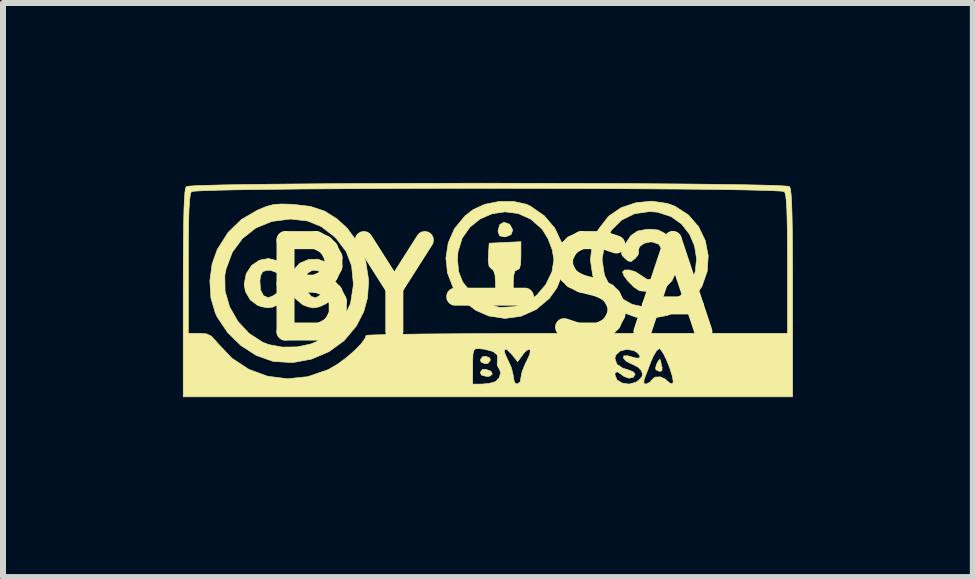
<source format=kicad_pcb>
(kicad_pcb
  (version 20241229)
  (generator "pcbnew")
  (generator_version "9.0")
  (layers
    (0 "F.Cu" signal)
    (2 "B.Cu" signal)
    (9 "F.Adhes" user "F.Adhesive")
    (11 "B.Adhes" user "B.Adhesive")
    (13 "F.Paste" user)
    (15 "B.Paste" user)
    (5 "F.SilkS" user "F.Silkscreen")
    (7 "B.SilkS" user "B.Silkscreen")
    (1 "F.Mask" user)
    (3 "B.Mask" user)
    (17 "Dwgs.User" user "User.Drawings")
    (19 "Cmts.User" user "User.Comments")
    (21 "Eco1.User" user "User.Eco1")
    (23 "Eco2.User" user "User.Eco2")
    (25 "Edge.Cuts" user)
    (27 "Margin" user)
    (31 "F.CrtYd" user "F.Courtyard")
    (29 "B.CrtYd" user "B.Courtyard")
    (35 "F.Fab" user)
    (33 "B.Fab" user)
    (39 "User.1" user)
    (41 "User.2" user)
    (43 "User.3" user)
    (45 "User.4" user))
  (footprint "BY-SA"
    (layer "F.Cu")
    (at 5.085 1.788)
    (property "Reference" "BY-SA" (at 0 0 0) (layer "F.SilkS") (effects (font (size 1.524 1.524) (thickness 0.3))))
    (attr through_hole)
    (fp_poly (pts (xy 0.027 1.127) (xy 0.042 1.164) (xy 0.007 1.216) (xy -0.042 1.228) (xy -0.111 1.201) (xy -0.127 1.164) (xy -0.092 1.112) (xy -0.042 1.101) (xy 0.027 1.127)) (stroke (width 0.01) (type solid)) (fill yes) (layer "F.SilkS"))
    (fp_poly (pts (xy 0.05 1.352) (xy 0.074 1.397) (xy 0.033 1.433) (xy -0.018 1.439) (xy -0.106 1.417) (xy -0.127 1.373) (xy -0.095 1.322) (xy -0.035 1.32) (xy 0.05 1.352)) (stroke (width 0.01) (type solid)) (fill yes) (layer "F.SilkS"))
    (fp_poly (pts (xy 2.878 1.171) (xy 2.893 1.253) (xy 2.904 1.288) (xy 2.9 1.344) (xy 2.862 1.355) (xy 2.803 1.328) (xy 2.795 1.302) (xy 2.809 1.241) (xy 2.839 1.183) (xy 2.867 1.153) (xy 2.878 1.171)) (stroke (width 0.01) (type solid)) (fill yes) (layer "F.SilkS"))
    (fp_poly (pts (xy 0.354 -1.102) (xy 0.369 -1.089) (xy 0.414 -1.002) (xy 0.386 -0.927) (xy 0.297 -0.89) (xy 0.276 -0.889) (xy 0.195 -0.906) (xy 0.17 -0.973) (xy 0.169 -0.996) (xy 0.198 -1.094) (xy 0.268 -1.133) (xy 0.354 -1.102)) (stroke (width 0.01) (type solid)) (fill yes) (layer "F.SilkS"))
    (fp_poly (pts (xy 0.55 -0.574) (xy 0.545 -0.432) (xy 0.525 -0.359) (xy 0.487 -0.339) (xy 0.487 -0.339) (xy 0.449 -0.318) (xy 0.429 -0.244) (xy 0.423 -0.106) (xy 0.423 0.127) (xy 0.127 0.127) (xy 0.127 -0.101) (xy 0.119 -0.25) (xy 0.092 -0.33) (xy 0.061 -0.355) (xy 0.02 -0.396) (xy 0.005 -0.487) (xy 0.008 -0.582) (xy 0.021 -0.783) (xy 0.286 -0.796) (xy 0.55 -0.808) (xy 0.55 -0.574)) (stroke (width 0.01) (type solid)) (fill yes) (layer "F.SilkS"))
    (fp_poly (pts (xy -3.504 -0.489) (xy -3.416 -0.429) (xy -3.363 -0.375) (xy -3.377 -0.337) (xy -3.412 -0.309) (xy -3.493 -0.279) (xy -3.54 -0.3) (xy -3.622 -0.331) (xy -3.691 -0.331) (xy -3.759 -0.305) (xy -3.792 -0.237) (xy -3.802 -0.156) (xy -3.792 -0.006) (xy -3.743 0.091) (xy -3.664 0.126) (xy -3.57 0.089) (xy -3.541 0.064) (xy -3.471 0.029) (xy -3.393 0.03) (xy -3.347 0.065) (xy -3.345 0.079) (xy -3.383 0.158) (xy -3.475 0.233) (xy -3.591 0.283) (xy -3.67 0.294) (xy -3.772 0.276) (xy -3.837 0.254) (xy -3.96 0.164) (xy -4.042 0.025) (xy -4.064 -0.096) (xy -4.03 -0.274) (xy -3.94 -0.412) (xy -3.811 -0.499) (xy -3.66 -0.528) (xy -3.504 -0.489)) (stroke (width 0.01) (type solid)) (fill yes) (layer "F.SilkS"))
    (fp_poly (pts (xy -2.693 -0.464) (xy -2.66 -0.438) (xy -2.604 -0.379) (xy -2.612 -0.341) (xy -2.65 -0.309) (xy -2.731 -0.279) (xy -2.778 -0.3) (xy -2.86 -0.331) (xy -2.929 -0.331) (xy -3.006 -0.285) (xy -3.043 -0.193) (xy -3.043 -0.079) (xy -3.009 0.029) (xy -2.944 0.105) (xy -2.874 0.127) (xy -2.822 0.1) (xy -2.779 0.064) (xy -2.7 0.025) (xy -2.623 0.039) (xy -2.583 0.098) (xy -2.582 0.109) (xy -2.618 0.167) (xy -2.706 0.229) (xy -2.814 0.278) (xy -2.908 0.296) (xy -3.003 0.276) (xy -3.09 0.242) (xy -3.218 0.134) (xy -3.286 -0.018) (xy -3.288 -0.193) (xy -3.239 -0.338) (xy -3.138 -0.449) (xy -2.995 -0.51) (xy -2.837 -0.517) (xy -2.693 -0.464)) (stroke (width 0.01) (type solid)) (fill yes) (layer "F.SilkS"))
    (fp_poly (pts (xy 2.84 -1.003) (xy 2.943 -0.951) (xy 3.031 -0.872) (xy 3.123 -0.766) (xy 3.165 -0.664) (xy 3.175 -0.529) (xy 3.147 -0.325) (xy 3.068 -0.156) (xy 2.964 -0.052) (xy 2.835 -0.002) (xy 2.681 0.022) (xy 2.544 0.012) (xy 2.514 0.002) (xy 2.433 -0.053) (xy 2.344 -0.141) (xy 2.272 -0.233) (xy 2.244 -0.302) (xy 2.277 -0.336) (xy 2.356 -0.337) (xy 2.452 -0.31) (xy 2.534 -0.26) (xy 2.54 -0.254) (xy 2.656 -0.179) (xy 2.763 -0.181) (xy 2.851 -0.251) (xy 2.907 -0.381) (xy 2.921 -0.513) (xy 2.905 -0.673) (xy 2.85 -0.766) (xy 2.747 -0.802) (xy 2.706 -0.804) (xy 2.605 -0.782) (xy 2.53 -0.728) (xy 2.506 -0.663) (xy 2.514 -0.643) (xy 2.504 -0.589) (xy 2.454 -0.528) (xy 2.388 -0.478) (xy 2.337 -0.486) (xy 2.288 -0.528) (xy 2.238 -0.578) (xy 2.227 -0.625) (xy 2.254 -0.699) (xy 2.288 -0.766) (xy 2.381 -0.908) (xy 2.495 -0.986) (xy 2.655 -1.015) (xy 2.711 -1.016) (xy 2.84 -1.003)) (stroke (width 0.01) (type solid)) (fill yes) (layer "F.SilkS"))
    (fp_poly (pts (xy 2.991 -1.446) (xy 3.114 -1.402) (xy 3.341 -1.256) (xy 3.512 -1.059) (xy 3.624 -0.826) (xy 3.673 -0.573) (xy 3.656 -0.314) (xy 3.569 -0.064) (xy 3.443 0.124) (xy 3.238 0.304) (xy 2.994 0.42) (xy 2.729 0.47) (xy 2.463 0.449) (xy 2.24 0.367) (xy 2.014 0.204) (xy 1.849 -0.005) (xy 1.747 -0.245) (xy 1.71 -0.497) (xy 1.905 -0.497) (xy 1.943 -0.251) (xy 2.047 -0.041) (xy 2.204 0.124) (xy 2.402 0.236) (xy 2.626 0.287) (xy 2.864 0.269) (xy 3.036 0.207) (xy 3.239 0.069) (xy 3.378 -0.107) (xy 3.457 -0.309) (xy 3.479 -0.523) (xy 3.446 -0.735) (xy 3.362 -0.932) (xy 3.23 -1.101) (xy 3.052 -1.228) (xy 2.831 -1.3) (xy 2.697 -1.311) (xy 2.444 -1.275) (xy 2.228 -1.168) (xy 2.06 -1.001) (xy 1.95 -0.784) (xy 1.905 -0.526) (xy 1.905 -0.497) (xy 1.71 -0.497) (xy 1.709 -0.502) (xy 1.739 -0.761) (xy 1.838 -1.008) (xy 2.008 -1.227) (xy 2.018 -1.236) (xy 2.221 -1.375) (xy 2.467 -1.458) (xy 2.732 -1.484) (xy 2.991 -1.446)) (stroke (width 0.01) (type solid)) (fill yes) (layer "F.SilkS"))
    (fp_poly (pts (xy 0.642 -1.432) (xy 0.702 -1.405) (xy 0.939 -1.241) (xy 1.115 -1.034) (xy 1.227 -0.797) (xy 1.272 -0.543) (xy 1.247 -0.286) (xy 1.151 -0.039) (xy 1.024 0.137) (xy 0.804 0.322) (xy 0.553 0.434) (xy 0.285 0.471) (xy 0.013 0.43) (xy -0.201 0.337) (xy -0.423 0.166) (xy -0.581 -0.046) (xy -0.674 -0.286) (xy -0.698 -0.519) (xy -0.508 -0.519) (xy -0.489 -0.31) (xy -0.422 -0.139) (xy -0.295 0.024) (xy -0.243 0.076) (xy -0.036 0.221) (xy 0.197 0.288) (xy 0.442 0.275) (xy 0.616 0.217) (xy 0.81 0.088) (xy 0.966 -0.095) (xy 1.068 -0.307) (xy 1.1 -0.508) (xy 1.073 -0.671) (xy 1.005 -0.852) (xy 0.91 -1.008) (xy 0.9 -1.021) (xy 0.715 -1.184) (xy 0.505 -1.278) (xy 0.285 -1.306) (xy 0.068 -1.274) (xy -0.133 -1.186) (xy -0.303 -1.048) (xy -0.43 -0.865) (xy -0.499 -0.64) (xy -0.508 -0.519) (xy -0.698 -0.519) (xy -0.7 -0.538) (xy -0.661 -0.79) (xy -0.556 -1.028) (xy -0.383 -1.237) (xy -0.249 -1.342) (xy -0.052 -1.432) (xy 0.184 -1.478) (xy 0.426 -1.479) (xy 0.642 -1.432)) (stroke (width 0.01) (type solid)) (fill yes) (layer "F.SilkS"))
    (fp_poly (pts (xy -3.271 -1.432) (xy -3.243 -1.43) (xy -2.957 -1.396) (xy -2.723 -1.318) (xy -2.515 -1.187) (xy -2.347 -1.033) (xy -2.161 -0.782) (xy -2.039 -0.489) (xy -1.99 -0.175) (xy -1.99 -0.136) (xy -2.008 0.129) (xy -2.069 0.355) (xy -2.183 0.578) (xy -2.2 0.605) (xy -2.398 0.842) (xy -2.65 1.025) (xy -2.94 1.149) (xy -3.25 1.207) (xy -3.563 1.19) (xy -3.592 1.184) (xy -3.862 1.088) (xy -4.118 0.923) (xy -4.341 0.705) (xy -4.513 0.448) (xy -4.543 0.386) (xy -4.618 0.132) (xy -4.636 -0.153) (xy -4.624 -0.244) (xy -4.387 -0.244) (xy -4.382 0.019) (xy -4.306 0.28) (xy -4.169 0.52) (xy -3.982 0.722) (xy -3.757 0.867) (xy -3.656 0.907) (xy -3.428 0.949) (xy -3.183 0.946) (xy -2.957 0.899) (xy -2.864 0.861) (xy -2.598 0.686) (xy -2.408 0.475) (xy -2.291 0.223) (xy -2.245 -0.073) (xy -2.245 -0.125) (xy -2.273 -0.406) (xy -2.362 -0.641) (xy -2.52 -0.851) (xy -2.567 -0.898) (xy -2.779 -1.061) (xy -3.009 -1.154) (xy -3.28 -1.185) (xy -3.302 -1.185) (xy -3.604 -1.146) (xy -3.871 -1.036) (xy -4.093 -0.861) (xy -4.262 -0.631) (xy -4.366 -0.353) (xy -4.387 -0.244) (xy -4.624 -0.244) (xy -4.598 -0.439) (xy -4.513 -0.677) (xy -4.332 -0.963) (xy -4.105 -1.182) (xy -3.841 -1.335) (xy -3.699 -1.394) (xy -3.58 -1.426) (xy -3.448 -1.437) (xy -3.271 -1.432)) (stroke (width 0.01) (type solid)) (fill yes) (layer "F.SilkS"))
    (fp_poly (pts (xy 0.452 -1.782) (xy 1.014 -1.781) (xy 1.564 -1.78) (xy 2.096 -1.778) (xy 2.604 -1.775) (xy 3.081 -1.772) (xy 3.52 -1.768) (xy 3.917 -1.763) (xy 4.263 -1.758) (xy 4.552 -1.752) (xy 4.779 -1.746) (xy 4.937 -1.738) (xy 5.019 -1.731) (xy 5.029 -1.727) (xy 5.043 -1.69) (xy 5.054 -1.606) (xy 5.063 -1.468) (xy 5.07 -1.272) (xy 5.075 -1.011) (xy 5.078 -0.68) (xy 5.08 -0.275) (xy 5.08 0.051) (xy 5.08 1.778) (xy -5.08 1.778) (xy -5.08 0.051) (xy -5.079 -0.41) (xy -5.079 -0.436) (xy -4.995 -0.436) (xy -4.995 0.72) (xy -4.813 0.72) (xy -4.692 0.728) (xy -4.609 0.767) (xy -4.528 0.857) (xy -4.51 0.88) (xy -4.269 1.134) (xy -3.986 1.32) (xy -3.673 1.435) (xy -3.341 1.477) (xy -3.003 1.442) (xy -2.671 1.328) (xy -2.651 1.318) (xy -2.569 1.27) (xy -0.254 1.27) (xy -0.254 1.566) (xy -0.103 1.566) (xy 0.024 1.554) (xy 0.126 1.525) (xy 0.13 1.523) (xy 0.192 1.456) (xy 0.212 1.369) (xy 0.183 1.3) (xy 0.175 1.295) (xy 0.154 1.241) (xy 0.159 1.166) (xy 0.157 1.081) (xy 0.106 1.038) (xy 0.276 1.038) (xy 0.322 1.144) (xy 0.333 1.165) (xy 0.392 1.294) (xy 0.422 1.42) (xy 0.423 1.442) (xy 0.443 1.541) (xy 0.487 1.566) (xy 0.538 1.529) (xy 0.55 1.458) (xy 0.571 1.354) (xy 0.624 1.225) (xy 0.645 1.186) (xy 0.667 1.137) (xy 2.117 1.137) (xy 2.149 1.234) (xy 2.251 1.302) (xy 2.339 1.328) (xy 2.423 1.362) (xy 2.455 1.399) (xy 2.423 1.454) (xy 2.348 1.467) (xy 2.264 1.435) (xy 2.249 1.423) (xy 2.165 1.362) (xy 2.123 1.372) (xy 2.117 1.41) (xy 2.152 1.496) (xy 2.241 1.55) (xy 2.355 1.566) (xy 2.399 1.554) (xy 2.599 1.554) (xy 2.637 1.566) (xy 2.706 1.532) (xy 2.725 1.503) (xy 2.783 1.45) (xy 2.874 1.445) (xy 2.961 1.485) (xy 2.984 1.509) (xy 3.044 1.558) (xy 3.079 1.562) (xy 3.09 1.517) (xy 3.071 1.421) (xy 3.031 1.296) (xy 2.98 1.167) (xy 2.925 1.055) (xy 2.877 0.986) (xy 2.856 0.974) (xy 2.811 1.01) (xy 2.756 1.104) (xy 2.716 1.196) (xy 2.664 1.334) (xy 2.62 1.447) (xy 2.603 1.492) (xy 2.599 1.554) (xy 2.399 1.554) (xy 2.467 1.536) (xy 2.516 1.5) (xy 2.57 1.441) (xy 2.577 1.395) (xy 2.557 1.339) (xy 2.503 1.283) (xy 2.403 1.232) (xy 2.386 1.226) (xy 2.304 1.183) (xy 2.261 1.133) (xy 2.264 1.096) (xy 2.323 1.093) (xy 2.334 1.095) (xy 2.426 1.121) (xy 2.466 1.132) (xy 2.528 1.132) (xy 2.535 1.096) (xy 2.492 1.043) (xy 2.434 1.008) (xy 2.317 0.986) (xy 2.207 1.014) (xy 2.132 1.08) (xy 2.117 1.137) (xy 0.667 1.137) (xy 0.698 1.071) (xy 0.706 1) (xy 0.677 0.983) (xy 0.615 1.032) (xy 0.583 1.073) (xy 0.496 1.192) (xy 0.4 1.072) (xy 0.321 0.993) (xy 0.278 0.985) (xy 0.276 1.038) (xy 0.106 1.038) (xy 0.095 1.029) (xy 0.066 1.017) (xy -0.059 0.984) (xy -0.151 0.974) (xy -0.205 0.978) (xy -0.236 1.005) (xy -0.25 1.071) (xy -0.254 1.196) (xy -0.254 1.27) (xy -2.569 1.27) (xy -2.507 1.234) (xy -2.358 1.124) (xy -2.219 1.003) (xy -2.108 0.888) (xy -2.043 0.794) (xy -2.032 0.756) (xy -1.991 0.75) (xy -1.871 0.745) (xy -1.679 0.74) (xy -1.421 0.736) (xy -1.103 0.731) (xy -0.732 0.728) (xy -0.313 0.725) (xy 0.146 0.722) (xy 0.641 0.721) (xy 1.164 0.72) (xy 1.482 0.72) (xy 4.995 0.72) (xy 4.995 -0.436) (xy 4.994 -0.813) (xy 4.99 -1.111) (xy 4.984 -1.337) (xy 4.974 -1.497) (xy 4.962 -1.596) (xy 4.945 -1.642) (xy 4.945 -1.643) (xy 4.895 -1.651) (xy 4.767 -1.658) (xy 4.567 -1.665) (xy 4.302 -1.671) (xy 3.979 -1.677) (xy 3.603 -1.682) (xy 3.181 -1.686) (xy 2.72 -1.689) (xy 2.226 -1.692) (xy 1.705 -1.695) (xy 1.164 -1.696) (xy 0.61 -1.697) (xy 0.049 -1.698) (xy -0.512 -1.698) (xy -1.068 -1.697) (xy -1.612 -1.695) (xy -2.136 -1.693) (xy -2.635 -1.69) (xy -3.103 -1.687) (xy -3.532 -1.682) (xy -3.916 -1.678) (xy -4.25 -1.672) (xy -4.525 -1.666) (xy -4.737 -1.659) (xy -4.878 -1.652) (xy -4.942 -1.644) (xy -4.945 -1.643) (xy -4.961 -1.599) (xy -4.974 -1.502) (xy -4.984 -1.346) (xy -4.99 -1.123) (xy -4.994 -0.828) (xy -4.995 -0.455) (xy -4.995 -0.436) (xy -5.079 -0.436) (xy -5.077 -0.792) (xy -5.073 -1.1) (xy -5.068 -1.34) (xy -5.06 -1.517) (xy -5.051 -1.638) (xy -5.039 -1.707) (xy -5.029 -1.727) (xy -4.98 -1.735) (xy -4.852 -1.743) (xy -4.652 -1.749) (xy -4.387 -1.756) (xy -4.063 -1.761) (xy -3.686 -1.766) (xy -3.263 -1.77) (xy -2.8 -1.774) (xy -2.304 -1.777) (xy -1.781 -1.779) (xy -1.237 -1.781) (xy -0.68 -1.782) (xy -0.114 -1.783) (xy 0.452 -1.782)) (stroke (width 0.01) (type solid)) (fill yes) (layer "F.SilkS")))
  (gr_rect
    (start -3 -3)
    (end 13.17 6.571)
    (stroke (width 0.1) (type default))
    (fill no)
    (layer "Edge.Cuts")))
</source>
